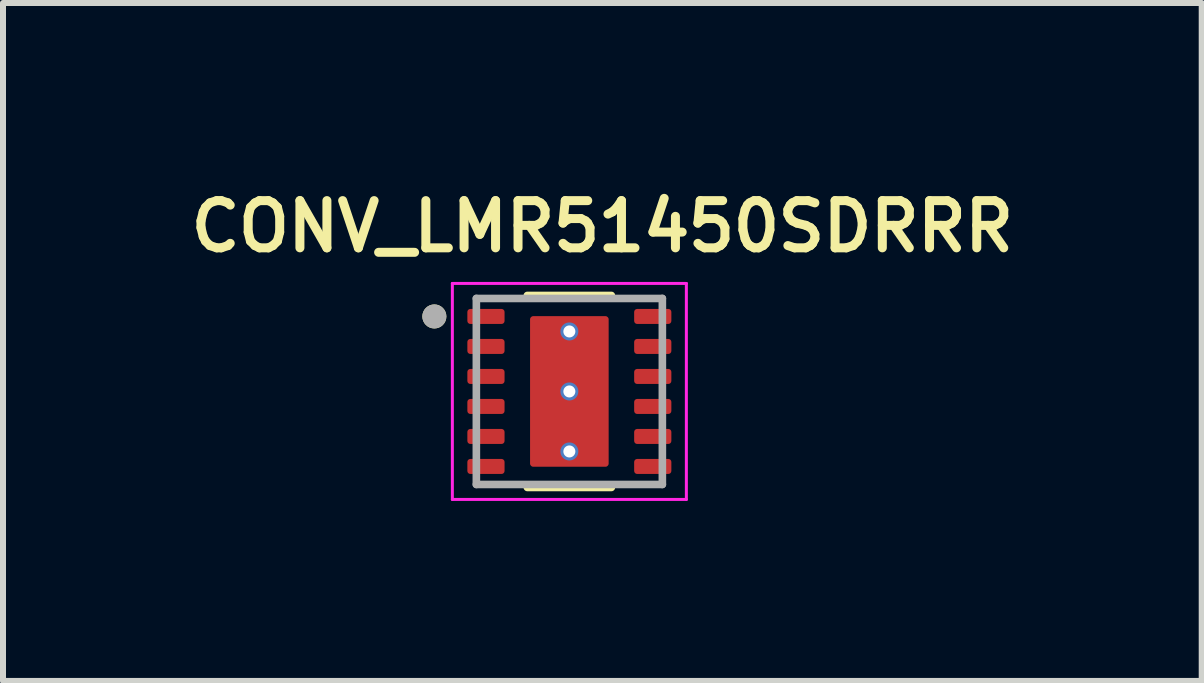
<source format=kicad_pcb>
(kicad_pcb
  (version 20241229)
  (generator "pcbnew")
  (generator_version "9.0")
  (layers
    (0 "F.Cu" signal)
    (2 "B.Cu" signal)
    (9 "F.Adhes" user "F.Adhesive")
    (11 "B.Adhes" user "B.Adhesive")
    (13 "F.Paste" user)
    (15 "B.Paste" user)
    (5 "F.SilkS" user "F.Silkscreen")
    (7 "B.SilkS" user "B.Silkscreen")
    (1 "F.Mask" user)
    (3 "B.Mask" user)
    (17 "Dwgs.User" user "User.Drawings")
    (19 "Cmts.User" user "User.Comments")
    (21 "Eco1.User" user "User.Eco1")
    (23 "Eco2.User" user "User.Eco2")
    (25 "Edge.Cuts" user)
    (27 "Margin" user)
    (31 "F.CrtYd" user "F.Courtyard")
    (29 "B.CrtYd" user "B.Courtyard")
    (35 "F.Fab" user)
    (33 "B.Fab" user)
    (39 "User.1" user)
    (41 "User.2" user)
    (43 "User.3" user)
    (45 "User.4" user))
  (footprint "CONV_LMR51450SDRRR"
    (layer "F.Cu")
    (at 6.439 3.474)
    (property "Reference" "CONV_LMR51450SDRRR" (at 0.55 -2.75 0) (layer "F.SilkS") (effects (font (size 0.787 0.787) (thickness 0.15))))
    (attr smd)
    (fp_poly (pts (xy -1.645 -0.94) (xy -1.135 -0.94) (xy -1.129 -0.94) (xy -1.122 -0.939) (xy -1.116 -0.939) (xy -1.11 -0.937) (xy -1.104 -0.936) (xy -1.098 -0.934) (xy -1.092 -0.932) (xy -1.086 -0.93) (xy -1.081 -0.927) (xy -1.075 -0.924) (xy -1.07 -0.921) (xy -1.064 -0.917) (xy -1.059 -0.913) (xy -1.055 -0.909) (xy -1.05 -0.905) (xy -1.046 -0.9) (xy -1.042 -0.896) (xy -1.038 -0.891) (xy -1.034 -0.885) (xy -1.031 -0.88) (xy -1.028 -0.874) (xy -1.025 -0.869) (xy -1.023 -0.863) (xy -1.021 -0.857) (xy -1.019 -0.851) (xy -1.018 -0.845) (xy -1.016 -0.839) (xy -1.016 -0.833) (xy -1.015 -0.826) (xy -1.015 -0.82) (xy -1.015 -0.68) (xy -1.015 -0.674) (xy -1.016 -0.667) (xy -1.016 -0.661) (xy -1.018 -0.655) (xy -1.019 -0.649) (xy -1.021 -0.643) (xy -1.023 -0.637) (xy -1.025 -0.631) (xy -1.028 -0.626) (xy -1.031 -0.62) (xy -1.034 -0.615) (xy -1.038 -0.609) (xy -1.042 -0.604) (xy -1.046 -0.6) (xy -1.05 -0.595) (xy -1.055 -0.591) (xy -1.059 -0.587) (xy -1.064 -0.583) (xy -1.07 -0.579) (xy -1.075 -0.576) (xy -1.081 -0.573) (xy -1.086 -0.57) (xy -1.092 -0.568) (xy -1.098 -0.566) (xy -1.104 -0.564) (xy -1.11 -0.563) (xy -1.116 -0.561) (xy -1.122 -0.561) (xy -1.129 -0.56) (xy -1.135 -0.56) (xy -1.645 -0.56) (xy -1.651 -0.56) (xy -1.658 -0.561) (xy -1.664 -0.561) (xy -1.67 -0.563) (xy -1.676 -0.564) (xy -1.682 -0.566) (xy -1.688 -0.568) (xy -1.694 -0.57) (xy -1.699 -0.573) (xy -1.705 -0.576) (xy -1.71 -0.579) (xy -1.716 -0.583) (xy -1.721 -0.587) (xy -1.725 -0.591) (xy -1.73 -0.595) (xy -1.734 -0.6) (xy -1.738 -0.604) (xy -1.742 -0.609) (xy -1.746 -0.615) (xy -1.749 -0.62) (xy -1.752 -0.626) (xy -1.755 -0.631) (xy -1.757 -0.637) (xy -1.759 -0.643) (xy -1.761 -0.649) (xy -1.762 -0.655) (xy -1.764 -0.661) (xy -1.764 -0.667) (xy -1.765 -0.674) (xy -1.765 -0.68) (xy -1.765 -0.82) (xy -1.765 -0.826) (xy -1.764 -0.833) (xy -1.764 -0.839) (xy -1.762 -0.845) (xy -1.761 -0.851) (xy -1.759 -0.857) (xy -1.757 -0.863) (xy -1.755 -0.869) (xy -1.752 -0.874) (xy -1.749 -0.88) (xy -1.746 -0.885) (xy -1.742 -0.891) (xy -1.738 -0.896) (xy -1.734 -0.9) (xy -1.73 -0.905) (xy -1.725 -0.909) (xy -1.721 -0.913) (xy -1.716 -0.917) (xy -1.71 -0.921) (xy -1.705 -0.924) (xy -1.699 -0.927) (xy -1.694 -0.93) (xy -1.688 -0.932) (xy -1.682 -0.934) (xy -1.676 -0.936) (xy -1.67 -0.937) (xy -1.664 -0.939) (xy -1.658 -0.939) (xy -1.651 -0.94) (xy -1.645 -0.94)) (stroke (width 0.01) (type solid)) (fill yes) (layer "F.Mask"))
    (fp_poly (pts (xy -1.645 -0.44) (xy -1.135 -0.44) (xy -1.129 -0.44) (xy -1.122 -0.439) (xy -1.116 -0.439) (xy -1.11 -0.437) (xy -1.104 -0.436) (xy -1.098 -0.434) (xy -1.092 -0.432) (xy -1.086 -0.43) (xy -1.081 -0.427) (xy -1.075 -0.424) (xy -1.07 -0.421) (xy -1.064 -0.417) (xy -1.059 -0.413) (xy -1.055 -0.409) (xy -1.05 -0.405) (xy -1.046 -0.4) (xy -1.042 -0.396) (xy -1.038 -0.391) (xy -1.034 -0.385) (xy -1.031 -0.38) (xy -1.028 -0.374) (xy -1.025 -0.369) (xy -1.023 -0.363) (xy -1.021 -0.357) (xy -1.019 -0.351) (xy -1.018 -0.345) (xy -1.016 -0.339) (xy -1.016 -0.333) (xy -1.015 -0.326) (xy -1.015 -0.32) (xy -1.015 -0.18) (xy -1.015 -0.174) (xy -1.016 -0.167) (xy -1.016 -0.161) (xy -1.018 -0.155) (xy -1.019 -0.149) (xy -1.021 -0.143) (xy -1.023 -0.137) (xy -1.025 -0.131) (xy -1.028 -0.126) (xy -1.031 -0.12) (xy -1.034 -0.115) (xy -1.038 -0.109) (xy -1.042 -0.104) (xy -1.046 -0.1) (xy -1.05 -0.095) (xy -1.055 -0.091) (xy -1.059 -0.087) (xy -1.064 -0.083) (xy -1.07 -0.079) (xy -1.075 -0.076) (xy -1.081 -0.073) (xy -1.086 -0.07) (xy -1.092 -0.068) (xy -1.098 -0.066) (xy -1.104 -0.064) (xy -1.11 -0.063) (xy -1.116 -0.061) (xy -1.122 -0.061) (xy -1.129 -0.06) (xy -1.135 -0.06) (xy -1.645 -0.06) (xy -1.651 -0.06) (xy -1.658 -0.061) (xy -1.664 -0.061) (xy -1.67 -0.063) (xy -1.676 -0.064) (xy -1.682 -0.066) (xy -1.688 -0.068) (xy -1.694 -0.07) (xy -1.699 -0.073) (xy -1.705 -0.076) (xy -1.71 -0.079) (xy -1.716 -0.083) (xy -1.721 -0.087) (xy -1.725 -0.091) (xy -1.73 -0.095) (xy -1.734 -0.1) (xy -1.738 -0.104) (xy -1.742 -0.109) (xy -1.746 -0.115) (xy -1.749 -0.12) (xy -1.752 -0.126) (xy -1.755 -0.131) (xy -1.757 -0.137) (xy -1.759 -0.143) (xy -1.761 -0.149) (xy -1.762 -0.155) (xy -1.764 -0.161) (xy -1.764 -0.167) (xy -1.765 -0.174) (xy -1.765 -0.18) (xy -1.765 -0.32) (xy -1.765 -0.326) (xy -1.764 -0.333) (xy -1.764 -0.339) (xy -1.762 -0.345) (xy -1.761 -0.351) (xy -1.759 -0.357) (xy -1.757 -0.363) (xy -1.755 -0.369) (xy -1.752 -0.374) (xy -1.749 -0.38) (xy -1.746 -0.385) (xy -1.742 -0.391) (xy -1.738 -0.396) (xy -1.734 -0.4) (xy -1.73 -0.405) (xy -1.725 -0.409) (xy -1.721 -0.413) (xy -1.716 -0.417) (xy -1.71 -0.421) (xy -1.705 -0.424) (xy -1.699 -0.427) (xy -1.694 -0.43) (xy -1.688 -0.432) (xy -1.682 -0.434) (xy -1.676 -0.436) (xy -1.67 -0.437) (xy -1.664 -0.439) (xy -1.658 -0.439) (xy -1.651 -0.44) (xy -1.645 -0.44)) (stroke (width 0.01) (type solid)) (fill yes) (layer "F.Mask"))
    (fp_poly (pts (xy -1.645 0.56) (xy -1.135 0.56) (xy -1.129 0.56) (xy -1.122 0.561) (xy -1.116 0.561) (xy -1.11 0.563) (xy -1.104 0.564) (xy -1.098 0.566) (xy -1.092 0.568) (xy -1.086 0.57) (xy -1.081 0.573) (xy -1.075 0.576) (xy -1.07 0.579) (xy -1.064 0.583) (xy -1.059 0.587) (xy -1.055 0.591) (xy -1.05 0.595) (xy -1.046 0.6) (xy -1.042 0.604) (xy -1.038 0.609) (xy -1.034 0.615) (xy -1.031 0.62) (xy -1.028 0.626) (xy -1.025 0.631) (xy -1.023 0.637) (xy -1.021 0.643) (xy -1.019 0.649) (xy -1.018 0.655) (xy -1.016 0.661) (xy -1.016 0.667) (xy -1.015 0.674) (xy -1.015 0.68) (xy -1.015 0.82) (xy -1.015 0.826) (xy -1.016 0.833) (xy -1.016 0.839) (xy -1.018 0.845) (xy -1.019 0.851) (xy -1.021 0.857) (xy -1.023 0.863) (xy -1.025 0.869) (xy -1.028 0.874) (xy -1.031 0.88) (xy -1.034 0.885) (xy -1.038 0.891) (xy -1.042 0.896) (xy -1.046 0.9) (xy -1.05 0.905) (xy -1.055 0.909) (xy -1.059 0.913) (xy -1.064 0.917) (xy -1.07 0.921) (xy -1.075 0.924) (xy -1.081 0.927) (xy -1.086 0.93) (xy -1.092 0.932) (xy -1.098 0.934) (xy -1.104 0.936) (xy -1.11 0.937) (xy -1.116 0.939) (xy -1.122 0.939) (xy -1.129 0.94) (xy -1.135 0.94) (xy -1.645 0.94) (xy -1.651 0.94) (xy -1.658 0.939) (xy -1.664 0.939) (xy -1.67 0.937) (xy -1.676 0.936) (xy -1.682 0.934) (xy -1.688 0.932) (xy -1.694 0.93) (xy -1.699 0.927) (xy -1.705 0.924) (xy -1.71 0.921) (xy -1.716 0.917) (xy -1.721 0.913) (xy -1.725 0.909) (xy -1.73 0.905) (xy -1.734 0.9) (xy -1.738 0.896) (xy -1.742 0.891) (xy -1.746 0.885) (xy -1.749 0.88) (xy -1.752 0.874) (xy -1.755 0.869) (xy -1.757 0.863) (xy -1.759 0.857) (xy -1.761 0.851) (xy -1.762 0.845) (xy -1.764 0.839) (xy -1.764 0.833) (xy -1.765 0.826) (xy -1.765 0.82) (xy -1.765 0.68) (xy -1.765 0.674) (xy -1.764 0.667) (xy -1.764 0.661) (xy -1.762 0.655) (xy -1.761 0.649) (xy -1.759 0.643) (xy -1.757 0.637) (xy -1.755 0.631) (xy -1.752 0.626) (xy -1.749 0.62) (xy -1.746 0.615) (xy -1.742 0.609) (xy -1.738 0.604) (xy -1.734 0.6) (xy -1.73 0.595) (xy -1.725 0.591) (xy -1.721 0.587) (xy -1.716 0.583) (xy -1.71 0.579) (xy -1.705 0.576) (xy -1.699 0.573) (xy -1.694 0.57) (xy -1.688 0.568) (xy -1.682 0.566) (xy -1.676 0.564) (xy -1.67 0.563) (xy -1.664 0.561) (xy -1.658 0.561) (xy -1.651 0.56) (xy -1.645 0.56)) (stroke (width 0.01) (type solid)) (fill yes) (layer "F.Mask"))
    (fp_poly (pts (xy -1.645 1.06) (xy -1.135 1.06) (xy -1.129 1.06) (xy -1.122 1.061) (xy -1.116 1.061) (xy -1.11 1.063) (xy -1.104 1.064) (xy -1.098 1.066) (xy -1.092 1.068) (xy -1.086 1.07) (xy -1.081 1.073) (xy -1.075 1.076) (xy -1.07 1.079) (xy -1.064 1.083) (xy -1.059 1.087) (xy -1.055 1.091) (xy -1.05 1.095) (xy -1.046 1.1) (xy -1.042 1.104) (xy -1.038 1.109) (xy -1.034 1.115) (xy -1.031 1.12) (xy -1.028 1.126) (xy -1.025 1.131) (xy -1.023 1.137) (xy -1.021 1.143) (xy -1.019 1.149) (xy -1.018 1.155) (xy -1.016 1.161) (xy -1.016 1.167) (xy -1.015 1.174) (xy -1.015 1.18) (xy -1.015 1.32) (xy -1.015 1.326) (xy -1.016 1.333) (xy -1.016 1.339) (xy -1.018 1.345) (xy -1.019 1.351) (xy -1.021 1.357) (xy -1.023 1.363) (xy -1.025 1.369) (xy -1.028 1.374) (xy -1.031 1.38) (xy -1.034 1.385) (xy -1.038 1.391) (xy -1.042 1.396) (xy -1.046 1.4) (xy -1.05 1.405) (xy -1.055 1.409) (xy -1.059 1.413) (xy -1.064 1.417) (xy -1.07 1.421) (xy -1.075 1.424) (xy -1.081 1.427) (xy -1.086 1.43) (xy -1.092 1.432) (xy -1.098 1.434) (xy -1.104 1.436) (xy -1.11 1.437) (xy -1.116 1.439) (xy -1.122 1.439) (xy -1.129 1.44) (xy -1.135 1.44) (xy -1.645 1.44) (xy -1.651 1.44) (xy -1.658 1.439) (xy -1.664 1.439) (xy -1.67 1.437) (xy -1.676 1.436) (xy -1.682 1.434) (xy -1.688 1.432) (xy -1.694 1.43) (xy -1.699 1.427) (xy -1.705 1.424) (xy -1.71 1.421) (xy -1.716 1.417) (xy -1.721 1.413) (xy -1.725 1.409) (xy -1.73 1.405) (xy -1.734 1.4) (xy -1.738 1.396) (xy -1.742 1.391) (xy -1.746 1.385) (xy -1.749 1.38) (xy -1.752 1.374) (xy -1.755 1.369) (xy -1.757 1.363) (xy -1.759 1.357) (xy -1.761 1.351) (xy -1.762 1.345) (xy -1.764 1.339) (xy -1.764 1.333) (xy -1.765 1.326) (xy -1.765 1.32) (xy -1.765 1.18) (xy -1.765 1.174) (xy -1.764 1.167) (xy -1.764 1.161) (xy -1.762 1.155) (xy -1.761 1.149) (xy -1.759 1.143) (xy -1.757 1.137) (xy -1.755 1.131) (xy -1.752 1.126) (xy -1.749 1.12) (xy -1.746 1.115) (xy -1.742 1.109) (xy -1.738 1.104) (xy -1.734 1.1) (xy -1.73 1.095) (xy -1.725 1.091) (xy -1.721 1.087) (xy -1.716 1.083) (xy -1.71 1.079) (xy -1.705 1.076) (xy -1.699 1.073) (xy -1.694 1.07) (xy -1.688 1.068) (xy -1.682 1.066) (xy -1.676 1.064) (xy -1.67 1.063) (xy -1.664 1.061) (xy -1.658 1.061) (xy -1.651 1.06) (xy -1.645 1.06)) (stroke (width 0.01) (type solid)) (fill yes) (layer "F.Mask"))
    (fp_poly (pts (xy -1.015 -1.32) (xy -1.015 -1.18) (xy -1.015 -1.174) (xy -1.016 -1.167) (xy -1.016 -1.161) (xy -1.018 -1.155) (xy -1.019 -1.149) (xy -1.021 -1.143) (xy -1.023 -1.137) (xy -1.025 -1.131) (xy -1.028 -1.126) (xy -1.031 -1.12) (xy -1.034 -1.115) (xy -1.038 -1.109) (xy -1.042 -1.104) (xy -1.046 -1.1) (xy -1.05 -1.095) (xy -1.055 -1.091) (xy -1.059 -1.087) (xy -1.064 -1.083) (xy -1.07 -1.079) (xy -1.075 -1.076) (xy -1.081 -1.073) (xy -1.086 -1.07) (xy -1.092 -1.068) (xy -1.098 -1.066) (xy -1.104 -1.064) (xy -1.11 -1.063) (xy -1.116 -1.061) (xy -1.122 -1.061) (xy -1.129 -1.06) (xy -1.135 -1.06) (xy -1.645 -1.06) (xy -1.651 -1.06) (xy -1.658 -1.061) (xy -1.664 -1.061) (xy -1.67 -1.063) (xy -1.676 -1.064) (xy -1.682 -1.066) (xy -1.688 -1.068) (xy -1.694 -1.07) (xy -1.699 -1.073) (xy -1.705 -1.076) (xy -1.71 -1.079) (xy -1.716 -1.083) (xy -1.721 -1.087) (xy -1.725 -1.091) (xy -1.73 -1.095) (xy -1.734 -1.1) (xy -1.738 -1.104) (xy -1.742 -1.109) (xy -1.746 -1.115) (xy -1.749 -1.12) (xy -1.752 -1.126) (xy -1.755 -1.131) (xy -1.757 -1.137) (xy -1.759 -1.143) (xy -1.761 -1.149) (xy -1.762 -1.155) (xy -1.764 -1.161) (xy -1.764 -1.167) (xy -1.765 -1.174) (xy -1.765 -1.18) (xy -1.765 -1.32) (xy -1.765 -1.326) (xy -1.764 -1.333) (xy -1.764 -1.339) (xy -1.762 -1.345) (xy -1.761 -1.351) (xy -1.759 -1.357) (xy -1.757 -1.363) (xy -1.755 -1.369) (xy -1.752 -1.374) (xy -1.749 -1.38) (xy -1.746 -1.385) (xy -1.742 -1.391) (xy -1.738 -1.396) (xy -1.734 -1.4) (xy -1.73 -1.405) (xy -1.725 -1.409) (xy -1.721 -1.413) (xy -1.716 -1.417) (xy -1.71 -1.421) (xy -1.705 -1.424) (xy -1.699 -1.427) (xy -1.694 -1.43) (xy -1.688 -1.432) (xy -1.682 -1.434) (xy -1.676 -1.436) (xy -1.67 -1.437) (xy -1.664 -1.439) (xy -1.658 -1.439) (xy -1.651 -1.44) (xy -1.645 -1.44) (xy -1.135 -1.44) (xy -1.129 -1.44) (xy -1.122 -1.439) (xy -1.116 -1.439) (xy -1.11 -1.437) (xy -1.104 -1.436) (xy -1.098 -1.434) (xy -1.092 -1.432) (xy -1.086 -1.43) (xy -1.081 -1.427) (xy -1.075 -1.424) (xy -1.07 -1.421) (xy -1.064 -1.417) (xy -1.059 -1.413) (xy -1.055 -1.409) (xy -1.05 -1.405) (xy -1.046 -1.4) (xy -1.042 -1.396) (xy -1.038 -1.391) (xy -1.034 -1.385) (xy -1.031 -1.38) (xy -1.028 -1.374) (xy -1.025 -1.369) (xy -1.023 -1.363) (xy -1.021 -1.357) (xy -1.019 -1.351) (xy -1.018 -1.345) (xy -1.016 -1.339) (xy -1.016 -1.333) (xy -1.015 -1.326) (xy -1.015 -1.32)) (stroke (width 0.01) (type solid)) (fill yes) (layer "F.Mask"))
    (fp_poly (pts (xy -1.015 0.18) (xy -1.015 0.32) (xy -1.015 0.326) (xy -1.016 0.333) (xy -1.016 0.339) (xy -1.018 0.345) (xy -1.019 0.351) (xy -1.021 0.357) (xy -1.023 0.363) (xy -1.025 0.369) (xy -1.028 0.374) (xy -1.031 0.38) (xy -1.034 0.385) (xy -1.038 0.391) (xy -1.042 0.396) (xy -1.046 0.4) (xy -1.05 0.405) (xy -1.055 0.409) (xy -1.059 0.413) (xy -1.064 0.417) (xy -1.07 0.421) (xy -1.075 0.424) (xy -1.081 0.427) (xy -1.086 0.43) (xy -1.092 0.432) (xy -1.098 0.434) (xy -1.104 0.436) (xy -1.11 0.437) (xy -1.116 0.439) (xy -1.122 0.439) (xy -1.129 0.44) (xy -1.135 0.44) (xy -1.645 0.44) (xy -1.651 0.44) (xy -1.658 0.439) (xy -1.664 0.439) (xy -1.67 0.437) (xy -1.676 0.436) (xy -1.682 0.434) (xy -1.688 0.432) (xy -1.694 0.43) (xy -1.699 0.427) (xy -1.705 0.424) (xy -1.71 0.421) (xy -1.716 0.417) (xy -1.721 0.413) (xy -1.725 0.409) (xy -1.73 0.405) (xy -1.734 0.4) (xy -1.738 0.396) (xy -1.742 0.391) (xy -1.746 0.385) (xy -1.749 0.38) (xy -1.752 0.374) (xy -1.755 0.369) (xy -1.757 0.363) (xy -1.759 0.357) (xy -1.761 0.351) (xy -1.762 0.345) (xy -1.764 0.339) (xy -1.764 0.333) (xy -1.765 0.326) (xy -1.765 0.32) (xy -1.765 0.18) (xy -1.765 0.174) (xy -1.764 0.167) (xy -1.764 0.161) (xy -1.762 0.155) (xy -1.761 0.149) (xy -1.759 0.143) (xy -1.757 0.137) (xy -1.755 0.131) (xy -1.752 0.126) (xy -1.749 0.12) (xy -1.746 0.115) (xy -1.742 0.109) (xy -1.738 0.104) (xy -1.734 0.1) (xy -1.73 0.095) (xy -1.725 0.091) (xy -1.721 0.087) (xy -1.716 0.083) (xy -1.71 0.079) (xy -1.705 0.076) (xy -1.699 0.073) (xy -1.694 0.07) (xy -1.688 0.068) (xy -1.682 0.066) (xy -1.676 0.064) (xy -1.67 0.063) (xy -1.664 0.061) (xy -1.658 0.061) (xy -1.651 0.06) (xy -1.645 0.06) (xy -1.135 0.06) (xy -1.129 0.06) (xy -1.122 0.061) (xy -1.116 0.061) (xy -1.11 0.063) (xy -1.104 0.064) (xy -1.098 0.066) (xy -1.092 0.068) (xy -1.086 0.07) (xy -1.081 0.073) (xy -1.075 0.076) (xy -1.07 0.079) (xy -1.064 0.083) (xy -1.059 0.087) (xy -1.055 0.091) (xy -1.05 0.095) (xy -1.046 0.1) (xy -1.042 0.104) (xy -1.038 0.109) (xy -1.034 0.115) (xy -1.031 0.12) (xy -1.028 0.126) (xy -1.025 0.131) (xy -1.023 0.137) (xy -1.021 0.143) (xy -1.019 0.149) (xy -1.018 0.155) (xy -1.016 0.161) (xy -1.016 0.167) (xy -1.015 0.174) (xy -1.015 0.18)) (stroke (width 0.01) (type solid)) (fill yes) (layer "F.Mask"))
    (fp_poly (pts (xy -0.72 -1.2) (xy -0.72 1.2) (xy -0.72 1.206) (xy -0.719 1.213) (xy -0.719 1.219) (xy -0.717 1.225) (xy -0.716 1.231) (xy -0.714 1.237) (xy -0.712 1.243) (xy -0.71 1.249) (xy -0.707 1.254) (xy -0.704 1.26) (xy -0.701 1.265) (xy -0.697 1.271) (xy -0.693 1.276) (xy -0.689 1.28) (xy -0.685 1.285) (xy -0.68 1.289) (xy -0.676 1.293) (xy -0.671 1.297) (xy -0.665 1.301) (xy -0.66 1.304) (xy -0.654 1.307) (xy -0.649 1.31) (xy -0.643 1.312) (xy -0.637 1.314) (xy -0.631 1.316) (xy -0.625 1.317) (xy -0.619 1.319) (xy -0.613 1.319) (xy -0.606 1.32) (xy -0.6 1.32) (xy 0.6 1.32) (xy 0.606 1.32) (xy 0.613 1.319) (xy 0.619 1.319) (xy 0.625 1.317) (xy 0.631 1.316) (xy 0.637 1.314) (xy 0.643 1.312) (xy 0.649 1.31) (xy 0.654 1.307) (xy 0.66 1.304) (xy 0.665 1.301) (xy 0.671 1.297) (xy 0.676 1.293) (xy 0.68 1.289) (xy 0.685 1.285) (xy 0.689 1.28) (xy 0.693 1.276) (xy 0.697 1.271) (xy 0.701 1.265) (xy 0.704 1.26) (xy 0.707 1.254) (xy 0.71 1.249) (xy 0.712 1.243) (xy 0.714 1.237) (xy 0.716 1.231) (xy 0.717 1.225) (xy 0.719 1.219) (xy 0.719 1.213) (xy 0.72 1.206) (xy 0.72 1.2) (xy 0.72 -1.2) (xy 0.72 -1.206) (xy 0.719 -1.213) (xy 0.719 -1.219) (xy 0.717 -1.225) (xy 0.716 -1.231) (xy 0.714 -1.237) (xy 0.712 -1.243) (xy 0.71 -1.249) (xy 0.707 -1.254) (xy 0.704 -1.26) (xy 0.701 -1.265) (xy 0.697 -1.271) (xy 0.693 -1.276) (xy 0.689 -1.28) (xy 0.685 -1.285) (xy 0.68 -1.289) (xy 0.676 -1.293) (xy 0.671 -1.297) (xy 0.665 -1.301) (xy 0.66 -1.304) (xy 0.654 -1.307) (xy 0.649 -1.31) (xy 0.643 -1.312) (xy 0.637 -1.314) (xy 0.631 -1.316) (xy 0.625 -1.317) (xy 0.619 -1.319) (xy 0.613 -1.319) (xy 0.606 -1.32) (xy 0.6 -1.32) (xy -0.6 -1.32) (xy -0.606 -1.32) (xy -0.613 -1.319) (xy -0.619 -1.319) (xy -0.625 -1.317) (xy -0.631 -1.316) (xy -0.637 -1.314) (xy -0.643 -1.312) (xy -0.649 -1.31) (xy -0.654 -1.307) (xy -0.66 -1.304) (xy -0.665 -1.301) (xy -0.671 -1.297) (xy -0.676 -1.293) (xy -0.68 -1.289) (xy -0.685 -1.285) (xy -0.689 -1.28) (xy -0.693 -1.276) (xy -0.697 -1.271) (xy -0.701 -1.265) (xy -0.704 -1.26) (xy -0.707 -1.254) (xy -0.71 -1.249) (xy -0.712 -1.243) (xy -0.714 -1.237) (xy -0.716 -1.231) (xy -0.717 -1.225) (xy -0.719 -1.219) (xy -0.719 -1.213) (xy -0.72 -1.206) (xy -0.72 -1.2)) (stroke (width 0.01) (type solid)) (fill yes) (layer "F.Mask"))
    (fp_poly (pts (xy 1.015 -1.32) (xy 1.015 -1.18) (xy 1.015 -1.174) (xy 1.016 -1.167) (xy 1.016 -1.161) (xy 1.018 -1.155) (xy 1.019 -1.149) (xy 1.021 -1.143) (xy 1.023 -1.137) (xy 1.025 -1.131) (xy 1.028 -1.126) (xy 1.031 -1.12) (xy 1.034 -1.115) (xy 1.038 -1.109) (xy 1.042 -1.104) (xy 1.046 -1.1) (xy 1.05 -1.095) (xy 1.055 -1.091) (xy 1.059 -1.087) (xy 1.064 -1.083) (xy 1.07 -1.079) (xy 1.075 -1.076) (xy 1.081 -1.073) (xy 1.086 -1.07) (xy 1.092 -1.068) (xy 1.098 -1.066) (xy 1.104 -1.064) (xy 1.11 -1.063) (xy 1.116 -1.061) (xy 1.122 -1.061) (xy 1.129 -1.06) (xy 1.135 -1.06) (xy 1.645 -1.06) (xy 1.651 -1.06) (xy 1.658 -1.061) (xy 1.664 -1.061) (xy 1.67 -1.063) (xy 1.676 -1.064) (xy 1.682 -1.066) (xy 1.688 -1.068) (xy 1.694 -1.07) (xy 1.699 -1.073) (xy 1.705 -1.076) (xy 1.71 -1.079) (xy 1.716 -1.083) (xy 1.721 -1.087) (xy 1.725 -1.091) (xy 1.73 -1.095) (xy 1.734 -1.1) (xy 1.738 -1.104) (xy 1.742 -1.109) (xy 1.746 -1.115) (xy 1.749 -1.12) (xy 1.752 -1.126) (xy 1.755 -1.131) (xy 1.757 -1.137) (xy 1.759 -1.143) (xy 1.761 -1.149) (xy 1.762 -1.155) (xy 1.764 -1.161) (xy 1.764 -1.167) (xy 1.765 -1.174) (xy 1.765 -1.18) (xy 1.765 -1.32) (xy 1.765 -1.326) (xy 1.764 -1.333) (xy 1.764 -1.339) (xy 1.762 -1.345) (xy 1.761 -1.351) (xy 1.759 -1.357) (xy 1.757 -1.363) (xy 1.755 -1.369) (xy 1.752 -1.374) (xy 1.749 -1.38) (xy 1.746 -1.385) (xy 1.742 -1.391) (xy 1.738 -1.396) (xy 1.734 -1.4) (xy 1.73 -1.405) (xy 1.725 -1.409) (xy 1.721 -1.413) (xy 1.716 -1.417) (xy 1.71 -1.421) (xy 1.705 -1.424) (xy 1.699 -1.427) (xy 1.694 -1.43) (xy 1.688 -1.432) (xy 1.682 -1.434) (xy 1.676 -1.436) (xy 1.67 -1.437) (xy 1.664 -1.439) (xy 1.658 -1.439) (xy 1.651 -1.44) (xy 1.645 -1.44) (xy 1.135 -1.44) (xy 1.129 -1.44) (xy 1.122 -1.439) (xy 1.116 -1.439) (xy 1.11 -1.437) (xy 1.104 -1.436) (xy 1.098 -1.434) (xy 1.092 -1.432) (xy 1.086 -1.43) (xy 1.081 -1.427) (xy 1.075 -1.424) (xy 1.07 -1.421) (xy 1.064 -1.417) (xy 1.059 -1.413) (xy 1.055 -1.409) (xy 1.05 -1.405) (xy 1.046 -1.4) (xy 1.042 -1.396) (xy 1.038 -1.391) (xy 1.034 -1.385) (xy 1.031 -1.38) (xy 1.028 -1.374) (xy 1.025 -1.369) (xy 1.023 -1.363) (xy 1.021 -1.357) (xy 1.019 -1.351) (xy 1.018 -1.345) (xy 1.016 -1.339) (xy 1.016 -1.333) (xy 1.015 -1.326) (xy 1.015 -1.32)) (stroke (width 0.01) (type solid)) (fill yes) (layer "F.Mask"))
    (fp_poly (pts (xy 1.015 0.18) (xy 1.015 0.32) (xy 1.015 0.326) (xy 1.016 0.333) (xy 1.016 0.339) (xy 1.018 0.345) (xy 1.019 0.351) (xy 1.021 0.357) (xy 1.023 0.363) (xy 1.025 0.369) (xy 1.028 0.374) (xy 1.031 0.38) (xy 1.034 0.385) (xy 1.038 0.391) (xy 1.042 0.396) (xy 1.046 0.4) (xy 1.05 0.405) (xy 1.055 0.409) (xy 1.059 0.413) (xy 1.064 0.417) (xy 1.07 0.421) (xy 1.075 0.424) (xy 1.081 0.427) (xy 1.086 0.43) (xy 1.092 0.432) (xy 1.098 0.434) (xy 1.104 0.436) (xy 1.11 0.437) (xy 1.116 0.439) (xy 1.122 0.439) (xy 1.129 0.44) (xy 1.135 0.44) (xy 1.645 0.44) (xy 1.651 0.44) (xy 1.658 0.439) (xy 1.664 0.439) (xy 1.67 0.437) (xy 1.676 0.436) (xy 1.682 0.434) (xy 1.688 0.432) (xy 1.694 0.43) (xy 1.699 0.427) (xy 1.705 0.424) (xy 1.71 0.421) (xy 1.716 0.417) (xy 1.721 0.413) (xy 1.725 0.409) (xy 1.73 0.405) (xy 1.734 0.4) (xy 1.738 0.396) (xy 1.742 0.391) (xy 1.746 0.385) (xy 1.749 0.38) (xy 1.752 0.374) (xy 1.755 0.369) (xy 1.757 0.363) (xy 1.759 0.357) (xy 1.761 0.351) (xy 1.762 0.345) (xy 1.764 0.339) (xy 1.764 0.333) (xy 1.765 0.326) (xy 1.765 0.32) (xy 1.765 0.18) (xy 1.765 0.174) (xy 1.764 0.167) (xy 1.764 0.161) (xy 1.762 0.155) (xy 1.761 0.149) (xy 1.759 0.143) (xy 1.757 0.137) (xy 1.755 0.131) (xy 1.752 0.126) (xy 1.749 0.12) (xy 1.746 0.115) (xy 1.742 0.109) (xy 1.738 0.104) (xy 1.734 0.1) (xy 1.73 0.095) (xy 1.725 0.091) (xy 1.721 0.087) (xy 1.716 0.083) (xy 1.71 0.079) (xy 1.705 0.076) (xy 1.699 0.073) (xy 1.694 0.07) (xy 1.688 0.068) (xy 1.682 0.066) (xy 1.676 0.064) (xy 1.67 0.063) (xy 1.664 0.061) (xy 1.658 0.061) (xy 1.651 0.06) (xy 1.645 0.06) (xy 1.135 0.06) (xy 1.129 0.06) (xy 1.122 0.061) (xy 1.116 0.061) (xy 1.11 0.063) (xy 1.104 0.064) (xy 1.098 0.066) (xy 1.092 0.068) (xy 1.086 0.07) (xy 1.081 0.073) (xy 1.075 0.076) (xy 1.07 0.079) (xy 1.064 0.083) (xy 1.059 0.087) (xy 1.055 0.091) (xy 1.05 0.095) (xy 1.046 0.1) (xy 1.042 0.104) (xy 1.038 0.109) (xy 1.034 0.115) (xy 1.031 0.12) (xy 1.028 0.126) (xy 1.025 0.131) (xy 1.023 0.137) (xy 1.021 0.143) (xy 1.019 0.149) (xy 1.018 0.155) (xy 1.016 0.161) (xy 1.016 0.167) (xy 1.015 0.174) (xy 1.015 0.18)) (stroke (width 0.01) (type solid)) (fill yes) (layer "F.Mask"))
    (fp_poly (pts (xy 1.645 -0.94) (xy 1.135 -0.94) (xy 1.129 -0.94) (xy 1.122 -0.939) (xy 1.116 -0.939) (xy 1.11 -0.937) (xy 1.104 -0.936) (xy 1.098 -0.934) (xy 1.092 -0.932) (xy 1.086 -0.93) (xy 1.081 -0.927) (xy 1.075 -0.924) (xy 1.07 -0.921) (xy 1.064 -0.917) (xy 1.059 -0.913) (xy 1.055 -0.909) (xy 1.05 -0.905) (xy 1.046 -0.9) (xy 1.042 -0.896) (xy 1.038 -0.891) (xy 1.034 -0.885) (xy 1.031 -0.88) (xy 1.028 -0.874) (xy 1.025 -0.869) (xy 1.023 -0.863) (xy 1.021 -0.857) (xy 1.019 -0.851) (xy 1.018 -0.845) (xy 1.016 -0.839) (xy 1.016 -0.833) (xy 1.015 -0.826) (xy 1.015 -0.82) (xy 1.015 -0.68) (xy 1.015 -0.674) (xy 1.016 -0.667) (xy 1.016 -0.661) (xy 1.018 -0.655) (xy 1.019 -0.649) (xy 1.021 -0.643) (xy 1.023 -0.637) (xy 1.025 -0.631) (xy 1.028 -0.626) (xy 1.031 -0.62) (xy 1.034 -0.615) (xy 1.038 -0.609) (xy 1.042 -0.604) (xy 1.046 -0.6) (xy 1.05 -0.595) (xy 1.055 -0.591) (xy 1.059 -0.587) (xy 1.064 -0.583) (xy 1.07 -0.579) (xy 1.075 -0.576) (xy 1.081 -0.573) (xy 1.086 -0.57) (xy 1.092 -0.568) (xy 1.098 -0.566) (xy 1.104 -0.564) (xy 1.11 -0.563) (xy 1.116 -0.561) (xy 1.122 -0.561) (xy 1.129 -0.56) (xy 1.135 -0.56) (xy 1.645 -0.56) (xy 1.651 -0.56) (xy 1.658 -0.561) (xy 1.664 -0.561) (xy 1.67 -0.563) (xy 1.676 -0.564) (xy 1.682 -0.566) (xy 1.688 -0.568) (xy 1.694 -0.57) (xy 1.699 -0.573) (xy 1.705 -0.576) (xy 1.71 -0.579) (xy 1.716 -0.583) (xy 1.721 -0.587) (xy 1.725 -0.591) (xy 1.73 -0.595) (xy 1.734 -0.6) (xy 1.738 -0.604) (xy 1.742 -0.609) (xy 1.746 -0.615) (xy 1.749 -0.62) (xy 1.752 -0.626) (xy 1.755 -0.631) (xy 1.757 -0.637) (xy 1.759 -0.643) (xy 1.761 -0.649) (xy 1.762 -0.655) (xy 1.764 -0.661) (xy 1.764 -0.667) (xy 1.765 -0.674) (xy 1.765 -0.68) (xy 1.765 -0.82) (xy 1.765 -0.826) (xy 1.764 -0.833) (xy 1.764 -0.839) (xy 1.762 -0.845) (xy 1.761 -0.851) (xy 1.759 -0.857) (xy 1.757 -0.863) (xy 1.755 -0.869) (xy 1.752 -0.874) (xy 1.749 -0.88) (xy 1.746 -0.885) (xy 1.742 -0.891) (xy 1.738 -0.896) (xy 1.734 -0.9) (xy 1.73 -0.905) (xy 1.725 -0.909) (xy 1.721 -0.913) (xy 1.716 -0.917) (xy 1.71 -0.921) (xy 1.705 -0.924) (xy 1.699 -0.927) (xy 1.694 -0.93) (xy 1.688 -0.932) (xy 1.682 -0.934) (xy 1.676 -0.936) (xy 1.67 -0.937) (xy 1.664 -0.939) (xy 1.658 -0.939) (xy 1.651 -0.94) (xy 1.645 -0.94)) (stroke (width 0.01) (type solid)) (fill yes) (layer "F.Mask"))
    (fp_poly (pts (xy 1.645 -0.44) (xy 1.135 -0.44) (xy 1.129 -0.44) (xy 1.122 -0.439) (xy 1.116 -0.439) (xy 1.11 -0.437) (xy 1.104 -0.436) (xy 1.098 -0.434) (xy 1.092 -0.432) (xy 1.086 -0.43) (xy 1.081 -0.427) (xy 1.075 -0.424) (xy 1.07 -0.421) (xy 1.064 -0.417) (xy 1.059 -0.413) (xy 1.055 -0.409) (xy 1.05 -0.405) (xy 1.046 -0.4) (xy 1.042 -0.396) (xy 1.038 -0.391) (xy 1.034 -0.385) (xy 1.031 -0.38) (xy 1.028 -0.374) (xy 1.025 -0.369) (xy 1.023 -0.363) (xy 1.021 -0.357) (xy 1.019 -0.351) (xy 1.018 -0.345) (xy 1.016 -0.339) (xy 1.016 -0.333) (xy 1.015 -0.326) (xy 1.015 -0.32) (xy 1.015 -0.18) (xy 1.015 -0.174) (xy 1.016 -0.167) (xy 1.016 -0.161) (xy 1.018 -0.155) (xy 1.019 -0.149) (xy 1.021 -0.143) (xy 1.023 -0.137) (xy 1.025 -0.131) (xy 1.028 -0.126) (xy 1.031 -0.12) (xy 1.034 -0.115) (xy 1.038 -0.109) (xy 1.042 -0.104) (xy 1.046 -0.1) (xy 1.05 -0.095) (xy 1.055 -0.091) (xy 1.059 -0.087) (xy 1.064 -0.083) (xy 1.07 -0.079) (xy 1.075 -0.076) (xy 1.081 -0.073) (xy 1.086 -0.07) (xy 1.092 -0.068) (xy 1.098 -0.066) (xy 1.104 -0.064) (xy 1.11 -0.063) (xy 1.116 -0.061) (xy 1.122 -0.061) (xy 1.129 -0.06) (xy 1.135 -0.06) (xy 1.645 -0.06) (xy 1.651 -0.06) (xy 1.658 -0.061) (xy 1.664 -0.061) (xy 1.67 -0.063) (xy 1.676 -0.064) (xy 1.682 -0.066) (xy 1.688 -0.068) (xy 1.694 -0.07) (xy 1.699 -0.073) (xy 1.705 -0.076) (xy 1.71 -0.079) (xy 1.716 -0.083) (xy 1.721 -0.087) (xy 1.725 -0.091) (xy 1.73 -0.095) (xy 1.734 -0.1) (xy 1.738 -0.104) (xy 1.742 -0.109) (xy 1.746 -0.115) (xy 1.749 -0.12) (xy 1.752 -0.126) (xy 1.755 -0.131) (xy 1.757 -0.137) (xy 1.759 -0.143) (xy 1.761 -0.149) (xy 1.762 -0.155) (xy 1.764 -0.161) (xy 1.764 -0.167) (xy 1.765 -0.174) (xy 1.765 -0.18) (xy 1.765 -0.32) (xy 1.765 -0.326) (xy 1.764 -0.333) (xy 1.764 -0.339) (xy 1.762 -0.345) (xy 1.761 -0.351) (xy 1.759 -0.357) (xy 1.757 -0.363) (xy 1.755 -0.369) (xy 1.752 -0.374) (xy 1.749 -0.38) (xy 1.746 -0.385) (xy 1.742 -0.391) (xy 1.738 -0.396) (xy 1.734 -0.4) (xy 1.73 -0.405) (xy 1.725 -0.409) (xy 1.721 -0.413) (xy 1.716 -0.417) (xy 1.71 -0.421) (xy 1.705 -0.424) (xy 1.699 -0.427) (xy 1.694 -0.43) (xy 1.688 -0.432) (xy 1.682 -0.434) (xy 1.676 -0.436) (xy 1.67 -0.437) (xy 1.664 -0.439) (xy 1.658 -0.439) (xy 1.651 -0.44) (xy 1.645 -0.44)) (stroke (width 0.01) (type solid)) (fill yes) (layer "F.Mask"))
    (fp_poly (pts (xy 1.645 0.56) (xy 1.135 0.56) (xy 1.129 0.56) (xy 1.122 0.561) (xy 1.116 0.561) (xy 1.11 0.563) (xy 1.104 0.564) (xy 1.098 0.566) (xy 1.092 0.568) (xy 1.086 0.57) (xy 1.081 0.573) (xy 1.075 0.576) (xy 1.07 0.579) (xy 1.064 0.583) (xy 1.059 0.587) (xy 1.055 0.591) (xy 1.05 0.595) (xy 1.046 0.6) (xy 1.042 0.604) (xy 1.038 0.609) (xy 1.034 0.615) (xy 1.031 0.62) (xy 1.028 0.626) (xy 1.025 0.631) (xy 1.023 0.637) (xy 1.021 0.643) (xy 1.019 0.649) (xy 1.018 0.655) (xy 1.016 0.661) (xy 1.016 0.667) (xy 1.015 0.674) (xy 1.015 0.68) (xy 1.015 0.82) (xy 1.015 0.826) (xy 1.016 0.833) (xy 1.016 0.839) (xy 1.018 0.845) (xy 1.019 0.851) (xy 1.021 0.857) (xy 1.023 0.863) (xy 1.025 0.869) (xy 1.028 0.874) (xy 1.031 0.88) (xy 1.034 0.885) (xy 1.038 0.891) (xy 1.042 0.896) (xy 1.046 0.9) (xy 1.05 0.905) (xy 1.055 0.909) (xy 1.059 0.913) (xy 1.064 0.917) (xy 1.07 0.921) (xy 1.075 0.924) (xy 1.081 0.927) (xy 1.086 0.93) (xy 1.092 0.932) (xy 1.098 0.934) (xy 1.104 0.936) (xy 1.11 0.937) (xy 1.116 0.939) (xy 1.122 0.939) (xy 1.129 0.94) (xy 1.135 0.94) (xy 1.645 0.94) (xy 1.651 0.94) (xy 1.658 0.939) (xy 1.664 0.939) (xy 1.67 0.937) (xy 1.676 0.936) (xy 1.682 0.934) (xy 1.688 0.932) (xy 1.694 0.93) (xy 1.699 0.927) (xy 1.705 0.924) (xy 1.71 0.921) (xy 1.716 0.917) (xy 1.721 0.913) (xy 1.725 0.909) (xy 1.73 0.905) (xy 1.734 0.9) (xy 1.738 0.896) (xy 1.742 0.891) (xy 1.746 0.885) (xy 1.749 0.88) (xy 1.752 0.874) (xy 1.755 0.869) (xy 1.757 0.863) (xy 1.759 0.857) (xy 1.761 0.851) (xy 1.762 0.845) (xy 1.764 0.839) (xy 1.764 0.833) (xy 1.765 0.826) (xy 1.765 0.82) (xy 1.765 0.68) (xy 1.765 0.674) (xy 1.764 0.667) (xy 1.764 0.661) (xy 1.762 0.655) (xy 1.761 0.649) (xy 1.759 0.643) (xy 1.757 0.637) (xy 1.755 0.631) (xy 1.752 0.626) (xy 1.749 0.62) (xy 1.746 0.615) (xy 1.742 0.609) (xy 1.738 0.604) (xy 1.734 0.6) (xy 1.73 0.595) (xy 1.725 0.591) (xy 1.721 0.587) (xy 1.716 0.583) (xy 1.71 0.579) (xy 1.705 0.576) (xy 1.699 0.573) (xy 1.694 0.57) (xy 1.688 0.568) (xy 1.682 0.566) (xy 1.676 0.564) (xy 1.67 0.563) (xy 1.664 0.561) (xy 1.658 0.561) (xy 1.651 0.56) (xy 1.645 0.56)) (stroke (width 0.01) (type solid)) (fill yes) (layer "F.Mask"))
    (fp_poly (pts (xy 1.645 1.06) (xy 1.135 1.06) (xy 1.129 1.06) (xy 1.122 1.061) (xy 1.116 1.061) (xy 1.11 1.063) (xy 1.104 1.064) (xy 1.098 1.066) (xy 1.092 1.068) (xy 1.086 1.07) (xy 1.081 1.073) (xy 1.075 1.076) (xy 1.07 1.079) (xy 1.064 1.083) (xy 1.059 1.087) (xy 1.055 1.091) (xy 1.05 1.095) (xy 1.046 1.1) (xy 1.042 1.104) (xy 1.038 1.109) (xy 1.034 1.115) (xy 1.031 1.12) (xy 1.028 1.126) (xy 1.025 1.131) (xy 1.023 1.137) (xy 1.021 1.143) (xy 1.019 1.149) (xy 1.018 1.155) (xy 1.016 1.161) (xy 1.016 1.167) (xy 1.015 1.174) (xy 1.015 1.18) (xy 1.015 1.32) (xy 1.015 1.326) (xy 1.016 1.333) (xy 1.016 1.339) (xy 1.018 1.345) (xy 1.019 1.351) (xy 1.021 1.357) (xy 1.023 1.363) (xy 1.025 1.369) (xy 1.028 1.374) (xy 1.031 1.38) (xy 1.034 1.385) (xy 1.038 1.391) (xy 1.042 1.396) (xy 1.046 1.4) (xy 1.05 1.405) (xy 1.055 1.409) (xy 1.059 1.413) (xy 1.064 1.417) (xy 1.07 1.421) (xy 1.075 1.424) (xy 1.081 1.427) (xy 1.086 1.43) (xy 1.092 1.432) (xy 1.098 1.434) (xy 1.104 1.436) (xy 1.11 1.437) (xy 1.116 1.439) (xy 1.122 1.439) (xy 1.129 1.44) (xy 1.135 1.44) (xy 1.645 1.44) (xy 1.651 1.44) (xy 1.658 1.439) (xy 1.664 1.439) (xy 1.67 1.437) (xy 1.676 1.436) (xy 1.682 1.434) (xy 1.688 1.432) (xy 1.694 1.43) (xy 1.699 1.427) (xy 1.705 1.424) (xy 1.71 1.421) (xy 1.716 1.417) (xy 1.721 1.413) (xy 1.725 1.409) (xy 1.73 1.405) (xy 1.734 1.4) (xy 1.738 1.396) (xy 1.742 1.391) (xy 1.746 1.385) (xy 1.749 1.38) (xy 1.752 1.374) (xy 1.755 1.369) (xy 1.757 1.363) (xy 1.759 1.357) (xy 1.761 1.351) (xy 1.762 1.345) (xy 1.764 1.339) (xy 1.764 1.333) (xy 1.765 1.326) (xy 1.765 1.32) (xy 1.765 1.18) (xy 1.765 1.174) (xy 1.764 1.167) (xy 1.764 1.161) (xy 1.762 1.155) (xy 1.761 1.149) (xy 1.759 1.143) (xy 1.757 1.137) (xy 1.755 1.131) (xy 1.752 1.126) (xy 1.749 1.12) (xy 1.746 1.115) (xy 1.742 1.109) (xy 1.738 1.104) (xy 1.734 1.1) (xy 1.73 1.095) (xy 1.725 1.091) (xy 1.721 1.087) (xy 1.716 1.083) (xy 1.71 1.079) (xy 1.705 1.076) (xy 1.699 1.073) (xy 1.694 1.07) (xy 1.688 1.068) (xy 1.682 1.066) (xy 1.676 1.064) (xy 1.67 1.063) (xy 1.664 1.061) (xy 1.658 1.061) (xy 1.651 1.06) (xy 1.645 1.06)) (stroke (width 0.01) (type solid)) (fill yes) (layer "F.Mask"))
    (fp_line (start -0.7 -1.6) (end 0.7 -1.6) (stroke (width 0.127) (type solid)) (layer "F.SilkS"))
    (fp_line (start -0.7 1.6) (end 0.7 1.6) (stroke (width 0.127) (type solid)) (layer "F.SilkS"))
    (fp_circle (center -2.25 -1.25) (end -2.15 -1.25) (stroke (width 0.2) (type solid)) (fill no) (layer "F.SilkS"))
    (fp_poly (pts (xy -0.605 0.15) (xy -0.605 1.15) (xy -0.605 1.153) (xy -0.605 1.155) (xy -0.604 1.158) (xy -0.604 1.16) (xy -0.603 1.163) (xy -0.603 1.165) (xy -0.602 1.168) (xy -0.601 1.17) (xy -0.6 1.173) (xy -0.598 1.175) (xy -0.597 1.177) (xy -0.595 1.179) (xy -0.594 1.181) (xy -0.592 1.183) (xy -0.59 1.185) (xy -0.588 1.187) (xy -0.586 1.189) (xy -0.584 1.19) (xy -0.582 1.192) (xy -0.58 1.193) (xy -0.578 1.195) (xy -0.575 1.196) (xy -0.573 1.197) (xy -0.57 1.198) (xy -0.568 1.198) (xy -0.565 1.199) (xy -0.563 1.199) (xy -0.56 1.2) (xy -0.558 1.2) (xy -0.555 1.2) (xy 0.555 1.2) (xy 0.558 1.2) (xy 0.56 1.2) (xy 0.563 1.199) (xy 0.565 1.199) (xy 0.568 1.198) (xy 0.57 1.198) (xy 0.573 1.197) (xy 0.575 1.196) (xy 0.578 1.195) (xy 0.58 1.193) (xy 0.582 1.192) (xy 0.584 1.19) (xy 0.586 1.189) (xy 0.588 1.187) (xy 0.59 1.185) (xy 0.592 1.183) (xy 0.594 1.181) (xy 0.595 1.179) (xy 0.597 1.177) (xy 0.598 1.175) (xy 0.6 1.173) (xy 0.601 1.17) (xy 0.602 1.168) (xy 0.603 1.165) (xy 0.603 1.163) (xy 0.604 1.16) (xy 0.604 1.158) (xy 0.605 1.155) (xy 0.605 1.153) (xy 0.605 1.15) (xy 0.605 0.15) (xy 0.605 0.147) (xy 0.605 0.145) (xy 0.604 0.142) (xy 0.604 0.14) (xy 0.603 0.137) (xy 0.603 0.135) (xy 0.602 0.132) (xy 0.601 0.13) (xy 0.6 0.127) (xy 0.598 0.125) (xy 0.597 0.123) (xy 0.595 0.121) (xy 0.594 0.119) (xy 0.592 0.117) (xy 0.59 0.115) (xy 0.588 0.113) (xy 0.586 0.111) (xy 0.584 0.11) (xy 0.582 0.108) (xy 0.58 0.107) (xy 0.578 0.105) (xy 0.575 0.104) (xy 0.573 0.103) (xy 0.57 0.102) (xy 0.568 0.102) (xy 0.565 0.101) (xy 0.563 0.101) (xy 0.56 0.1) (xy 0.558 0.1) (xy 0.555 0.1) (xy -0.555 0.1) (xy -0.558 0.1) (xy -0.56 0.1) (xy -0.563 0.101) (xy -0.565 0.101) (xy -0.568 0.102) (xy -0.57 0.102) (xy -0.573 0.103) (xy -0.575 0.104) (xy -0.578 0.105) (xy -0.58 0.107) (xy -0.582 0.108) (xy -0.584 0.11) (xy -0.586 0.111) (xy -0.588 0.113) (xy -0.59 0.115) (xy -0.592 0.117) (xy -0.594 0.119) (xy -0.595 0.121) (xy -0.597 0.123) (xy -0.598 0.125) (xy -0.6 0.127) (xy -0.601 0.13) (xy -0.602 0.132) (xy -0.603 0.135) (xy -0.603 0.137) (xy -0.604 0.14) (xy -0.604 0.142) (xy -0.605 0.145) (xy -0.605 0.147) (xy -0.605 0.15)) (stroke (width 0.01) (type solid)) (fill yes) (layer "F.Paste"))
    (fp_poly (pts (xy -0.555 -0.1) (xy 0.555 -0.1) (xy 0.558 -0.1) (xy 0.56 -0.1) (xy 0.563 -0.101) (xy 0.565 -0.101) (xy 0.568 -0.102) (xy 0.57 -0.102) (xy 0.573 -0.103) (xy 0.575 -0.104) (xy 0.578 -0.105) (xy 0.58 -0.107) (xy 0.582 -0.108) (xy 0.584 -0.11) (xy 0.586 -0.111) (xy 0.588 -0.113) (xy 0.59 -0.115) (xy 0.592 -0.117) (xy 0.594 -0.119) (xy 0.595 -0.121) (xy 0.597 -0.123) (xy 0.598 -0.125) (xy 0.6 -0.127) (xy 0.601 -0.13) (xy 0.602 -0.132) (xy 0.603 -0.135) (xy 0.603 -0.137) (xy 0.604 -0.14) (xy 0.604 -0.142) (xy 0.605 -0.145) (xy 0.605 -0.147) (xy 0.605 -0.15) (xy 0.605 -1.15) (xy 0.605 -1.153) (xy 0.605 -1.155) (xy 0.604 -1.158) (xy 0.604 -1.16) (xy 0.603 -1.163) (xy 0.603 -1.165) (xy 0.602 -1.168) (xy 0.601 -1.17) (xy 0.6 -1.173) (xy 0.598 -1.175) (xy 0.597 -1.177) (xy 0.595 -1.179) (xy 0.594 -1.181) (xy 0.592 -1.183) (xy 0.59 -1.185) (xy 0.588 -1.187) (xy 0.586 -1.189) (xy 0.584 -1.19) (xy 0.582 -1.192) (xy 0.58 -1.193) (xy 0.578 -1.195) (xy 0.575 -1.196) (xy 0.573 -1.197) (xy 0.57 -1.198) (xy 0.568 -1.198) (xy 0.565 -1.199) (xy 0.563 -1.199) (xy 0.56 -1.2) (xy 0.558 -1.2) (xy 0.555 -1.2) (xy -0.555 -1.2) (xy -0.558 -1.2) (xy -0.56 -1.2) (xy -0.563 -1.199) (xy -0.565 -1.199) (xy -0.568 -1.198) (xy -0.57 -1.198) (xy -0.573 -1.197) (xy -0.575 -1.196) (xy -0.578 -1.195) (xy -0.58 -1.193) (xy -0.582 -1.192) (xy -0.584 -1.19) (xy -0.586 -1.189) (xy -0.588 -1.187) (xy -0.59 -1.185) (xy -0.592 -1.183) (xy -0.594 -1.181) (xy -0.595 -1.179) (xy -0.597 -1.177) (xy -0.598 -1.175) (xy -0.6 -1.173) (xy -0.601 -1.17) (xy -0.602 -1.168) (xy -0.603 -1.165) (xy -0.603 -1.163) (xy -0.604 -1.16) (xy -0.604 -1.158) (xy -0.605 -1.155) (xy -0.605 -1.153) (xy -0.605 -1.15) (xy -0.605 -0.15) (xy -0.605 -0.147) (xy -0.605 -0.145) (xy -0.604 -0.142) (xy -0.604 -0.14) (xy -0.603 -0.137) (xy -0.603 -0.135) (xy -0.602 -0.132) (xy -0.601 -0.13) (xy -0.6 -0.127) (xy -0.598 -0.125) (xy -0.597 -0.123) (xy -0.595 -0.121) (xy -0.594 -0.119) (xy -0.592 -0.117) (xy -0.59 -0.115) (xy -0.588 -0.113) (xy -0.586 -0.111) (xy -0.584 -0.11) (xy -0.582 -0.108) (xy -0.58 -0.107) (xy -0.578 -0.105) (xy -0.575 -0.104) (xy -0.573 -0.103) (xy -0.57 -0.102) (xy -0.568 -0.102) (xy -0.565 -0.101) (xy -0.563 -0.101) (xy -0.56 -0.1) (xy -0.558 -0.1) (xy -0.555 -0.1)) (stroke (width 0.01) (type solid)) (fill yes) (layer "F.Paste"))
    (fp_line (start -1.95 -1.8) (end -1.95 1.8) (stroke (width 0.05) (type solid)) (layer "F.CrtYd"))
    (fp_line (start -1.95 1.8) (end 1.95 1.8) (stroke (width 0.05) (type solid)) (layer "F.CrtYd"))
    (fp_line (start 1.95 -1.8) (end -1.95 -1.8) (stroke (width 0.05) (type solid)) (layer "F.CrtYd"))
    (fp_line (start 1.95 1.8) (end 1.95 -1.8) (stroke (width 0.05) (type solid)) (layer "F.CrtYd"))
    (fp_line (start -1.55 -1.55) (end -1.55 1.55) (stroke (width 0.127) (type solid)) (layer "F.Fab"))
    (fp_line (start -1.55 -1.55) (end 1.55 -1.55) (stroke (width 0.127) (type solid)) (layer "F.Fab"))
    (fp_line (start -1.55 1.55) (end 1.55 1.55) (stroke (width 0.127) (type solid)) (layer "F.Fab"))
    (fp_line (start 1.55 -1.55) (end 1.55 1.55) (stroke (width 0.127) (type solid)) (layer "F.Fab"))
    (fp_circle (center -2.25 -1.25) (end -2.15 -1.25) (stroke (width 0.2) (type solid)) (fill no) (layer "F.Fab"))
    (pad "1" smd roundrect (at -1.39 -1.25) (size 0.62 0.25) (layers "F.Cu" "F.Paste") (roundrect_rratio 0.2))
    (pad "2" smd roundrect (at -1.39 -0.75) (size 0.62 0.25) (layers "F.Cu" "F.Paste") (roundrect_rratio 0.2))
    (pad "3" smd roundrect (at -1.39 -0.25) (size 0.62 0.25) (layers "F.Cu" "F.Paste") (roundrect_rratio 0.2))
    (pad "4" smd roundrect (at -1.39 0.25) (size 0.62 0.25) (layers "F.Cu" "F.Paste") (roundrect_rratio 0.2))
    (pad "5" smd roundrect (at -1.39 0.75) (size 0.62 0.25) (layers "F.Cu" "F.Paste") (roundrect_rratio 0.2))
    (pad "6" smd roundrect (at -1.39 1.25) (size 0.62 0.25) (layers "F.Cu" "F.Paste") (roundrect_rratio 0.2))
    (pad "7" smd roundrect (at 1.39 1.25) (size 0.62 0.25) (layers "F.Cu" "F.Paste") (roundrect_rratio 0.2))
    (pad "8" smd roundrect (at 1.39 0.75) (size 0.62 0.25) (layers "F.Cu" "F.Paste") (roundrect_rratio 0.2))
    (pad "9" smd roundrect (at 1.39 0.25) (size 0.62 0.25) (layers "F.Cu" "F.Paste") (roundrect_rratio 0.2))
    (pad "10" smd roundrect (at 1.39 -0.25) (size 0.62 0.25) (layers "F.Cu" "F.Paste") (roundrect_rratio 0.2))
    (pad "11" smd roundrect (at 1.39 -0.75) (size 0.62 0.25) (layers "F.Cu" "F.Paste") (roundrect_rratio 0.2))
    (pad "12" smd roundrect (at 1.39 -1.25) (size 0.62 0.25) (layers "F.Cu" "F.Paste") (roundrect_rratio 0.2))
    (pad "13" smd custom (at 0 0) (size 0.5 0.5) (layers "F.Cu") (options (anchor rect)) (primitives (gr_poly (pts (xy -0.65 -1.2) (xy -0.65 1.2) (xy -0.65 1.203) (xy -0.65 1.205) (xy -0.649 1.208) (xy -0.649 1.21) (xy -0.648 1.213) (xy -0.648 1.215) (xy -0.647 1.218) (xy -0.646 1.22) (xy -0.645 1.223) (xy -0.643 1.225) (xy -0.642 1.227) (xy -0.64 1.229) (xy -0.639 1.231) (xy -0.637 1.233) (xy -0.635 1.235) (xy -0.633 1.237) (xy -0.631 1.239) (xy -0.629 1.24) (xy -0.627 1.242) (xy -0.625 1.243) (xy -0.623 1.245) (xy -0.62 1.246) (xy -0.618 1.247) (xy -0.615 1.248) (xy -0.613 1.248) (xy -0.61 1.249) (xy -0.608 1.249) (xy -0.605 1.25) (xy -0.603 1.25) (xy -0.6 1.25) (xy 0.6 1.25) (xy 0.603 1.25) (xy 0.605 1.25) (xy 0.608 1.249) (xy 0.61 1.249) (xy 0.613 1.248) (xy 0.615 1.248) (xy 0.618 1.247) (xy 0.62 1.246) (xy 0.623 1.245) (xy 0.625 1.243) (xy 0.627 1.242) (xy 0.629 1.24) (xy 0.631 1.239) (xy 0.633 1.237) (xy 0.635 1.235) (xy 0.637 1.233) (xy 0.639 1.231) (xy 0.64 1.229) (xy 0.642 1.227) (xy 0.643 1.225) (xy 0.645 1.223) (xy 0.646 1.22) (xy 0.647 1.218) (xy 0.648 1.215) (xy 0.648 1.213) (xy 0.649 1.21) (xy 0.649 1.208) (xy 0.65 1.205) (xy 0.65 1.203) (xy 0.65 1.2) (xy 0.65 -1.2) (xy 0.65 -1.203) (xy 0.65 -1.205) (xy 0.649 -1.208) (xy 0.649 -1.21) (xy 0.648 -1.213) (xy 0.648 -1.215) (xy 0.647 -1.218) (xy 0.646 -1.22) (xy 0.645 -1.223) (xy 0.643 -1.225) (xy 0.642 -1.227) (xy 0.64 -1.229) (xy 0.639 -1.231) (xy 0.637 -1.233) (xy 0.635 -1.235) (xy 0.633 -1.237) (xy 0.631 -1.239) (xy 0.629 -1.24) (xy 0.627 -1.242) (xy 0.625 -1.243) (xy 0.623 -1.245) (xy 0.62 -1.246) (xy 0.618 -1.247) (xy 0.615 -1.248) (xy 0.613 -1.248) (xy 0.61 -1.249) (xy 0.608 -1.249) (xy 0.605 -1.25) (xy 0.603 -1.25) (xy 0.6 -1.25) (xy -0.6 -1.25) (xy -0.603 -1.25) (xy -0.605 -1.25) (xy -0.608 -1.249) (xy -0.61 -1.249) (xy -0.613 -1.248) (xy -0.615 -1.248) (xy -0.618 -1.247) (xy -0.62 -1.246) (xy -0.623 -1.245) (xy -0.625 -1.243) (xy -0.627 -1.242) (xy -0.629 -1.24) (xy -0.631 -1.239) (xy -0.633 -1.237) (xy -0.635 -1.235) (xy -0.637 -1.233) (xy -0.639 -1.231) (xy -0.64 -1.229) (xy -0.642 -1.227) (xy -0.643 -1.225) (xy -0.645 -1.223) (xy -0.646 -1.22) (xy -0.647 -1.218) (xy -0.648 -1.215) (xy -0.648 -1.213) (xy -0.649 -1.21) (xy -0.649 -1.208) (xy -0.65 -1.205) (xy -0.65 -1.203) (xy -0.65 -1.2)) (width 0.01) (fill yes))))
    (pad "14" thru_hole circle (at 0 -1) (size 0.3 0.3) (drill 0.2) (layers "*.Cu"))
    (pad "15" thru_hole circle (at 0 0) (size 0.3 0.3) (drill 0.2) (layers "*.Cu"))
    (pad "16" thru_hole circle (at 0 1) (size 0.3 0.3) (drill 0.2) (layers "*.Cu")))
  (gr_rect
    (start -3 -3)
    (end 16.978 8.299)
    (stroke (width 0.1) (type default))
    (fill no)
    (layer "Edge.Cuts")))
</source>
